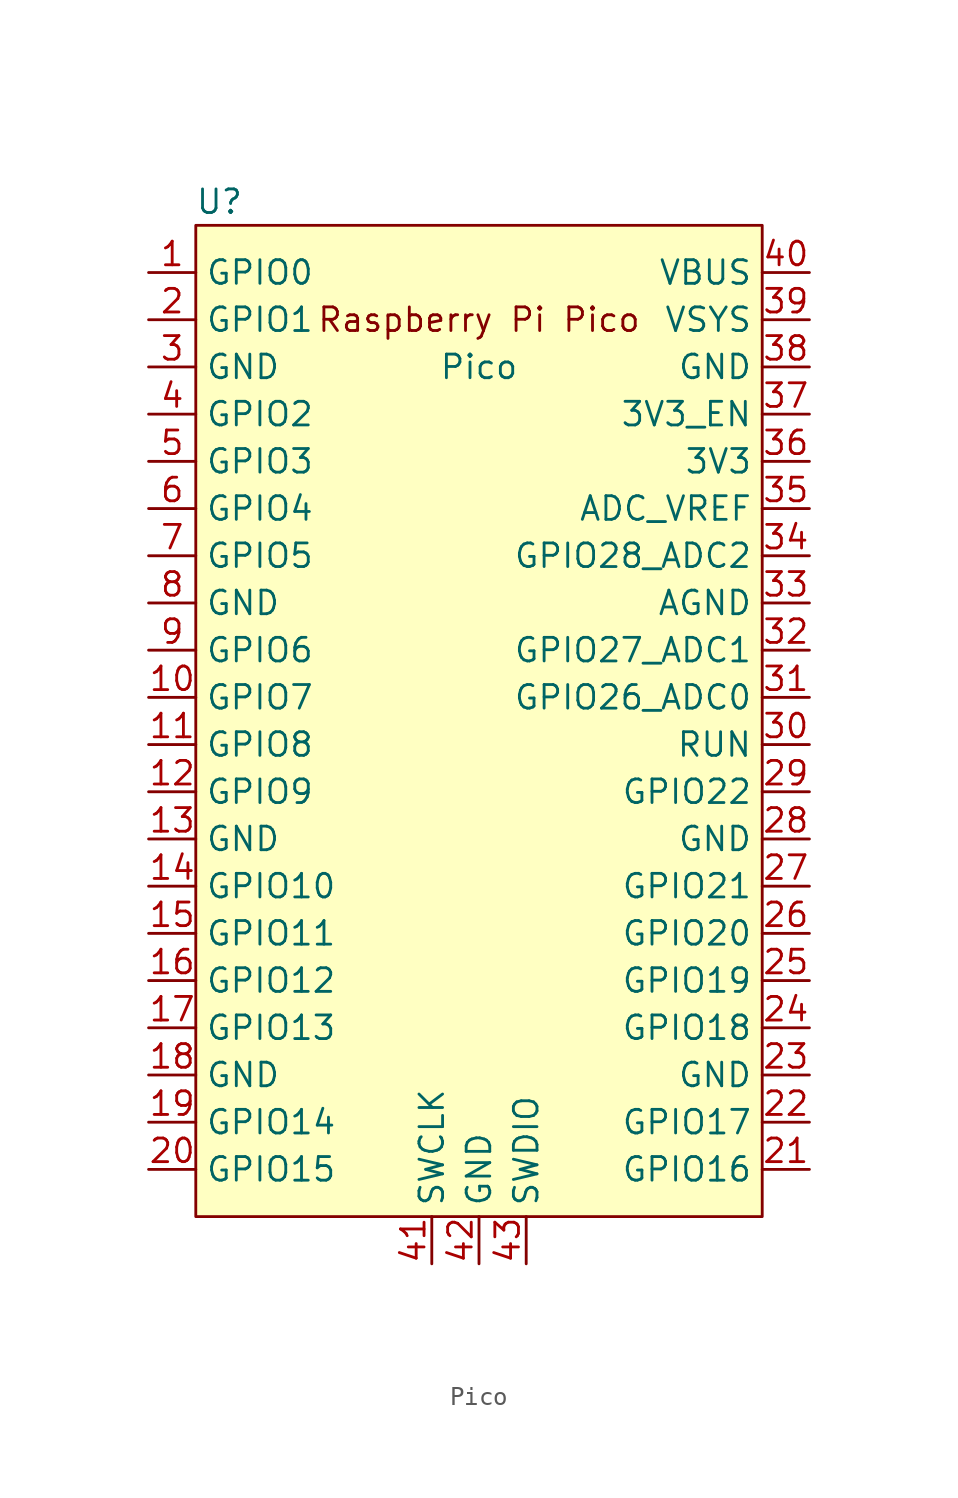
<source format=kicad_sym>
(kicad_symbol_lib
  (version 20211014)
  (generator kicad_symbol_editor)
  (symbol "Pico"
    (property "Reference" "U"
      (at -13.97 27.94 0)
      (effects (font (size 1.27 1.27))))
    (property "Value" "Pico"
      (at 0 19.05 0)
      (effects (font (size 1.27 1.27))))
    (symbol "Pico_0_0"
      (text "Raspberry Pi Pico" (at 0 21.59 0) (effects (font (size 1.27 1.27)))))
    (symbol "Pico_0_1"
      (rectangle (start -15.24 26.67) (end 15.24 -26.67) (stroke (width 0) (type default) (color 0 0 0 0)) (fill (type background))))
    (symbol "Pico_1_1"
      (pin bidirectional line (at -17.78 24.13 0) (length 2.54) (name "GPIO0" (effects (font (size 1.27 1.27)))) (number "1" (effects (font (size 1.27 1.27)))))
      (pin bidirectional line (at -17.78 1.27 0) (length 2.54) (name "GPIO7" (effects (font (size 1.27 1.27)))) (number "10" (effects (font (size 1.27 1.27)))))
      (pin bidirectional line (at -17.78 -1.27 0) (length 2.54) (name "GPIO8" (effects (font (size 1.27 1.27)))) (number "11" (effects (font (size 1.27 1.27)))))
      (pin bidirectional line (at -17.78 -3.81 0) (length 2.54) (name "GPIO9" (effects (font (size 1.27 1.27)))) (number "12" (effects (font (size 1.27 1.27)))))
      (pin power_in line (at -17.78 -6.35 0) (length 2.54) (name "GND" (effects (font (size 1.27 1.27)))) (number "13" (effects (font (size 1.27 1.27)))))
      (pin bidirectional line (at -17.78 -8.89 0) (length 2.54) (name "GPIO10" (effects (font (size 1.27 1.27)))) (number "14" (effects (font (size 1.27 1.27)))))
      (pin bidirectional line (at -17.78 -11.43 0) (length 2.54) (name "GPIO11" (effects (font (size 1.27 1.27)))) (number "15" (effects (font (size 1.27 1.27)))))
      (pin bidirectional line (at -17.78 -13.97 0) (length 2.54) (name "GPIO12" (effects (font (size 1.27 1.27)))) (number "16" (effects (font (size 1.27 1.27)))))
      (pin bidirectional line (at -17.78 -16.51 0) (length 2.54) (name "GPIO13" (effects (font (size 1.27 1.27)))) (number "17" (effects (font (size 1.27 1.27)))))
      (pin power_in line (at -17.78 -19.05 0) (length 2.54) (name "GND" (effects (font (size 1.27 1.27)))) (number "18" (effects (font (size 1.27 1.27)))))
      (pin bidirectional line (at -17.78 -21.59 0) (length 2.54) (name "GPIO14" (effects (font (size 1.27 1.27)))) (number "19" (effects (font (size 1.27 1.27)))))
      (pin bidirectional line (at -17.78 21.59 0) (length 2.54) (name "GPIO1" (effects (font (size 1.27 1.27)))) (number "2" (effects (font (size 1.27 1.27)))))
      (pin bidirectional line (at -17.78 -24.13 0) (length 2.54) (name "GPIO15" (effects (font (size 1.27 1.27)))) (number "20" (effects (font (size 1.27 1.27)))))
      (pin bidirectional line (at 17.78 -24.13 180) (length 2.54) (name "GPIO16" (effects (font (size 1.27 1.27)))) (number "21" (effects (font (size 1.27 1.27)))))
      (pin bidirectional line (at 17.78 -21.59 180) (length 2.54) (name "GPIO17" (effects (font (size 1.27 1.27)))) (number "22" (effects (font (size 1.27 1.27)))))
      (pin power_in line (at 17.78 -19.05 180) (length 2.54) (name "GND" (effects (font (size 1.27 1.27)))) (number "23" (effects (font (size 1.27 1.27)))))
      (pin bidirectional line (at 17.78 -16.51 180) (length 2.54) (name "GPIO18" (effects (font (size 1.27 1.27)))) (number "24" (effects (font (size 1.27 1.27)))))
      (pin bidirectional line (at 17.78 -13.97 180) (length 2.54) (name "GPIO19" (effects (font (size 1.27 1.27)))) (number "25" (effects (font (size 1.27 1.27)))))
      (pin bidirectional line (at 17.78 -11.43 180) (length 2.54) (name "GPIO20" (effects (font (size 1.27 1.27)))) (number "26" (effects (font (size 1.27 1.27)))))
      (pin bidirectional line (at 17.78 -8.89 180) (length 2.54) (name "GPIO21" (effects (font (size 1.27 1.27)))) (number "27" (effects (font (size 1.27 1.27)))))
      (pin power_in line (at 17.78 -6.35 180) (length 2.54) (name "GND" (effects (font (size 1.27 1.27)))) (number "28" (effects (font (size 1.27 1.27)))))
      (pin bidirectional line (at 17.78 -3.81 180) (length 2.54) (name "GPIO22" (effects (font (size 1.27 1.27)))) (number "29" (effects (font (size 1.27 1.27)))))
      (pin power_in line (at -17.78 19.05 0) (length 2.54) (name "GND" (effects (font (size 1.27 1.27)))) (number "3" (effects (font (size 1.27 1.27)))))
      (pin input line (at 17.78 -1.27 180) (length 2.54) (name "RUN" (effects (font (size 1.27 1.27)))) (number "30" (effects (font (size 1.27 1.27)))))
      (pin bidirectional line (at 17.78 1.27 180) (length 2.54) (name "GPIO26_ADC0" (effects (font (size 1.27 1.27)))) (number "31" (effects (font (size 1.27 1.27)))))
      (pin bidirectional line (at 17.78 3.81 180) (length 2.54) (name "GPIO27_ADC1" (effects (font (size 1.27 1.27)))) (number "32" (effects (font (size 1.27 1.27)))))
      (pin power_in line (at 17.78 6.35 180) (length 2.54) (name "AGND" (effects (font (size 1.27 1.27)))) (number "33" (effects (font (size 1.27 1.27)))))
      (pin bidirectional line (at 17.78 8.89 180) (length 2.54) (name "GPIO28_ADC2" (effects (font (size 1.27 1.27)))) (number "34" (effects (font (size 1.27 1.27)))))
      (pin power_in line (at 17.78 11.43 180) (length 2.54) (name "ADC_VREF" (effects (font (size 1.27 1.27)))) (number "35" (effects (font (size 1.27 1.27)))))
      (pin power_in line (at 17.78 13.97 180) (length 2.54) (name "3V3" (effects (font (size 1.27 1.27)))) (number "36" (effects (font (size 1.27 1.27)))))
      (pin input line (at 17.78 16.51 180) (length 2.54) (name "3V3_EN" (effects (font (size 1.27 1.27)))) (number "37" (effects (font (size 1.27 1.27)))))
      (pin power_in line (at 17.78 19.05 180) (length 2.54) (name "GND" (effects (font (size 1.27 1.27)))) (number "38" (effects (font (size 1.27 1.27)))))
      (pin power_in line (at 17.78 21.59 180) (length 2.54) (name "VSYS" (effects (font (size 1.27 1.27)))) (number "39" (effects (font (size 1.27 1.27)))))
      (pin bidirectional line (at -17.78 16.51 0) (length 2.54) (name "GPIO2" (effects (font (size 1.27 1.27)))) (number "4" (effects (font (size 1.27 1.27)))))
      (pin power_in line (at 17.78 24.13 180) (length 2.54) (name "VBUS" (effects (font (size 1.27 1.27)))) (number "40" (effects (font (size 1.27 1.27)))))
      (pin input line (at -2.54 -29.21 90) (length 2.54) (name "SWCLK" (effects (font (size 1.27 1.27)))) (number "41" (effects (font (size 1.27 1.27)))))
      (pin power_in line (at 0 -29.21 90) (length 2.54) (name "GND" (effects (font (size 1.27 1.27)))) (number "42" (effects (font (size 1.27 1.27)))))
      (pin bidirectional line (at 2.54 -29.21 90) (length 2.54) (name "SWDIO" (effects (font (size 1.27 1.27)))) (number "43" (effects (font (size 1.27 1.27)))))
      (pin bidirectional line (at -17.78 13.97 0) (length 2.54) (name "GPIO3" (effects (font (size 1.27 1.27)))) (number "5" (effects (font (size 1.27 1.27)))))
      (pin bidirectional line (at -17.78 11.43 0) (length 2.54) (name "GPIO4" (effects (font (size 1.27 1.27)))) (number "6" (effects (font (size 1.27 1.27)))))
      (pin bidirectional line (at -17.78 8.89 0) (length 2.54) (name "GPIO5" (effects (font (size 1.27 1.27)))) (number "7" (effects (font (size 1.27 1.27)))))
      (pin power_in line (at -17.78 6.35 0) (length 2.54) (name "GND" (effects (font (size 1.27 1.27)))) (number "8" (effects (font (size 1.27 1.27)))))
      (pin bidirectional line (at -17.78 3.81 0) (length 2.54) (name "GPIO6" (effects (font (size 1.27 1.27)))) (number "9" (effects (font (size 1.27 1.27))))))))
</source>
